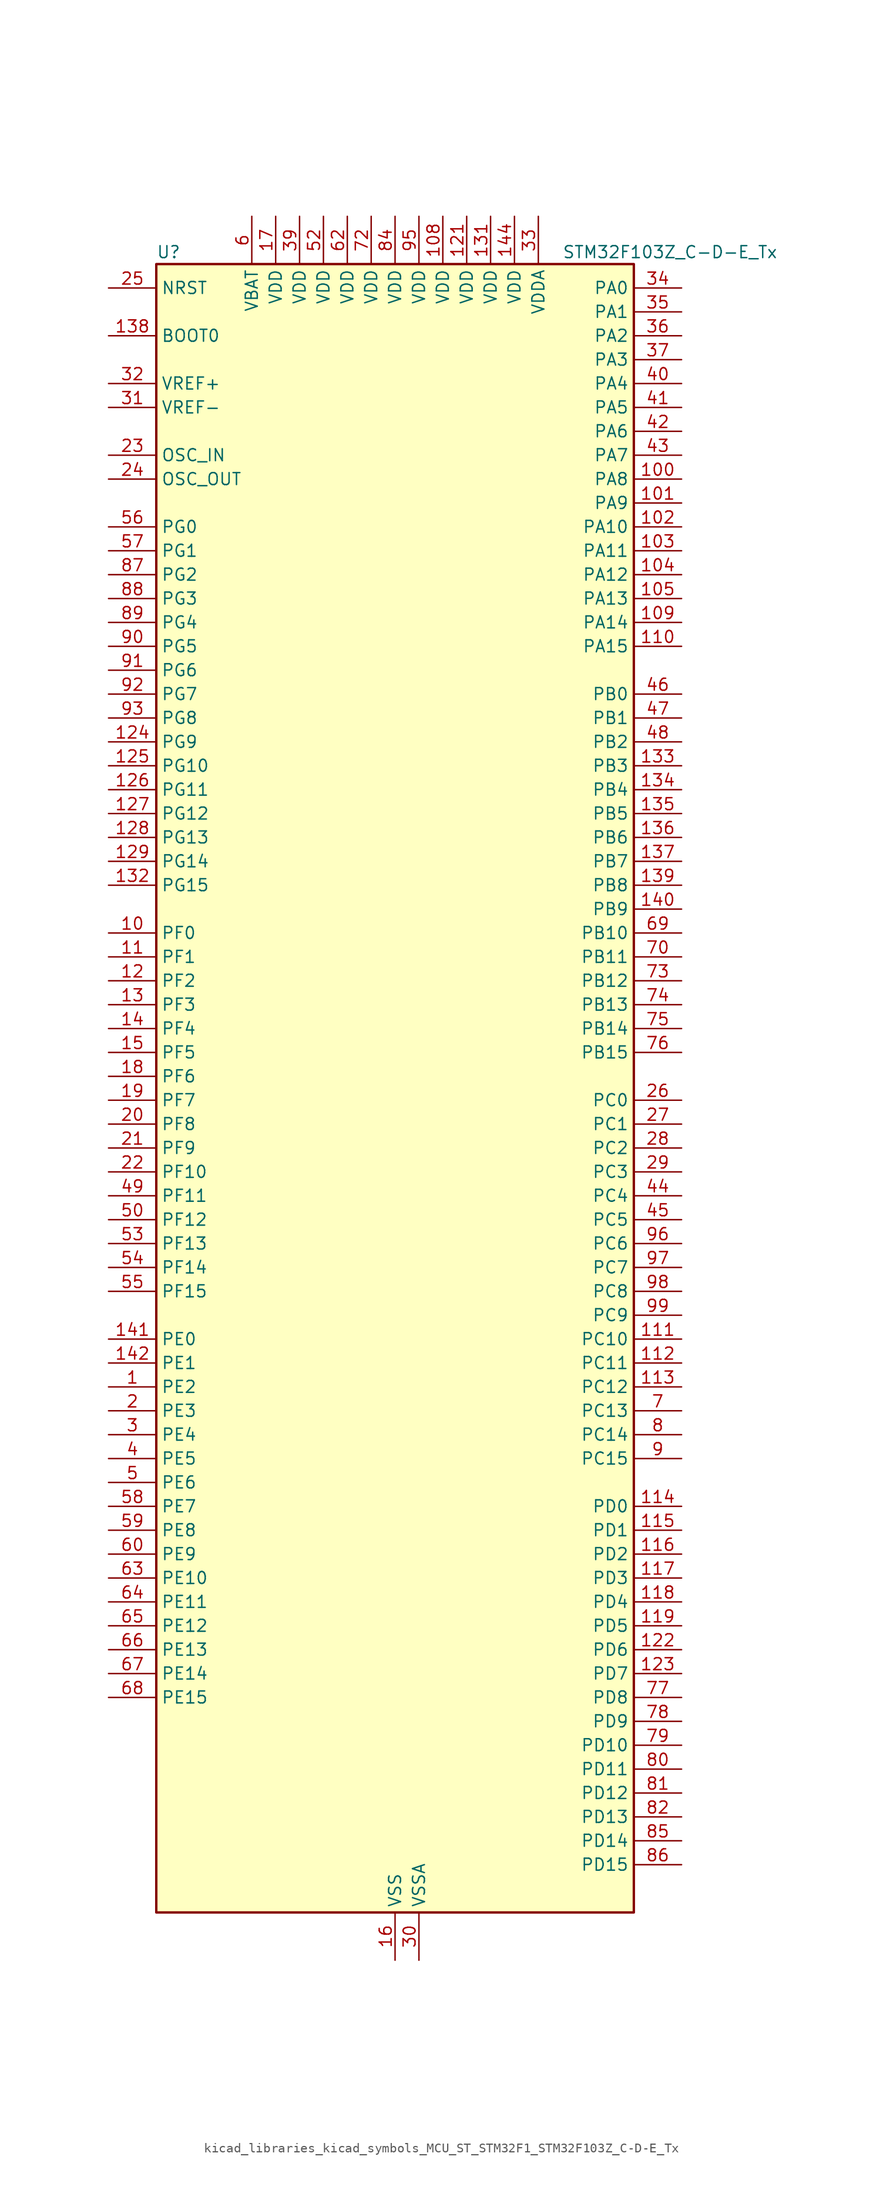
<source format=kicad_sym>
(kicad_symbol_lib
  (version 20220914)
  (generator kicad_symbol_editor)
  (symbol "kicad_libraries_kicad_symbols_MCU_ST_STM32F1_STM32F103Z_C-D-E_Tx"
    (property "Reference" "U"
      (at -25.4 90.17 0)
      (effects (font (size 1.27 1.27)) (justify left)))
    (property "Value" "STM32F103Z_C-D-E_Tx"
      (at 17.78 90.17 0)
      (effects (font (size 1.27 1.27)) (justify left)))
    (property "ki_locked" ""
      (at 0 0 0)
      (effects (font (size 1.27 1.27))))
    (symbol "kicad_libraries_kicad_symbols_MCU_ST_STM32F1_STM32F103Z_C-D-E_Tx_0_1"
      (rectangle (start -25.4 -86.36) (end 25.4 88.9) (stroke (width 0.254) (type default)) (fill (type background))))
    (symbol "kicad_libraries_kicad_symbols_MCU_ST_STM32F1_STM32F103Z_C-D-E_Tx_1_1"
      (pin bidirectional line (at -30.48 -30.48 0) (length 5.08) (name "PE2" (effects (font (size 1.27 1.27)))) (number "1" (effects (font (size 1.27 1.27)))) (alternate "FSMC_A23" bidirectional line) (alternate "SYS_TRACECLK" bidirectional line))
      (pin bidirectional line (at -30.48 17.78 0) (length 5.08) (name "PF0" (effects (font (size 1.27 1.27)))) (number "10" (effects (font (size 1.27 1.27)))) (alternate "FSMC_A0" bidirectional line))
      (pin bidirectional line (at 30.48 66.04 180) (length 5.08) (name "PA8" (effects (font (size 1.27 1.27)))) (number "100" (effects (font (size 1.27 1.27)))) (alternate "RCC_MCO" bidirectional line) (alternate "TIM1_CH1" bidirectional line) (alternate "USART1_CK" bidirectional line))
      (pin bidirectional line (at 30.48 63.5 180) (length 5.08) (name "PA9" (effects (font (size 1.27 1.27)))) (number "101" (effects (font (size 1.27 1.27)))) (alternate "DAC_EXTI9" bidirectional line) (alternate "TIM1_CH2" bidirectional line) (alternate "USART1_TX" bidirectional line))
      (pin bidirectional line (at 30.48 60.96 180) (length 5.08) (name "PA10" (effects (font (size 1.27 1.27)))) (number "102" (effects (font (size 1.27 1.27)))) (alternate "TIM1_CH3" bidirectional line) (alternate "USART1_RX" bidirectional line))
      (pin bidirectional line (at 30.48 58.42 180) (length 5.08) (name "PA11" (effects (font (size 1.27 1.27)))) (number "103" (effects (font (size 1.27 1.27)))) (alternate "ADC1_EXTI11" bidirectional line) (alternate "ADC2_EXTI11" bidirectional line) (alternate "CAN_RX" bidirectional line) (alternate "TIM1_CH4" bidirectional line) (alternate "USART1_CTS" bidirectional line) (alternate "USB_DM" bidirectional line))
      (pin bidirectional line (at 30.48 55.88 180) (length 5.08) (name "PA12" (effects (font (size 1.27 1.27)))) (number "104" (effects (font (size 1.27 1.27)))) (alternate "CAN_TX" bidirectional line) (alternate "TIM1_ETR" bidirectional line) (alternate "USART1_RTS" bidirectional line) (alternate "USB_DP" bidirectional line))
      (pin bidirectional line (at 30.48 53.34 180) (length 5.08) (name "PA13" (effects (font (size 1.27 1.27)))) (number "105" (effects (font (size 1.27 1.27)))) (alternate "SYS_JTMS-SWDIO" bidirectional line))
      (pin no_connect line (at -25.4 -86.36 0) (length 5.08) hide (name "NC" (effects (font (size 1.27 1.27)))) (number "106" (effects (font (size 1.27 1.27)))))
      (pin passive line (at 0 -91.44 90) (length 5.08) hide (name "VSS" (effects (font (size 1.27 1.27)))) (number "107" (effects (font (size 1.27 1.27)))))
      (pin power_in line (at 5.08 93.98 270) (length 5.08) (name "VDD" (effects (font (size 1.27 1.27)))) (number "108" (effects (font (size 1.27 1.27)))))
      (pin bidirectional line (at 30.48 50.8 180) (length 5.08) (name "PA14" (effects (font (size 1.27 1.27)))) (number "109" (effects (font (size 1.27 1.27)))) (alternate "SYS_JTCK-SWCLK" bidirectional line))
      (pin bidirectional line (at -30.48 15.24 0) (length 5.08) (name "PF1" (effects (font (size 1.27 1.27)))) (number "11" (effects (font (size 1.27 1.27)))) (alternate "FSMC_A1" bidirectional line))
      (pin bidirectional line (at 30.48 48.26 180) (length 5.08) (name "PA15" (effects (font (size 1.27 1.27)))) (number "110" (effects (font (size 1.27 1.27)))) (alternate "ADC1_EXTI15" bidirectional line) (alternate "ADC2_EXTI15" bidirectional line) (alternate "I2S3_WS" bidirectional line) (alternate "SPI1_NSS" bidirectional line) (alternate "SPI3_NSS" bidirectional line) (alternate "SYS_JTDI" bidirectional line) (alternate "TIM2_CH1" bidirectional line) (alternate "TIM2_ETR" bidirectional line))
      (pin bidirectional line (at 30.48 -25.4 180) (length 5.08) (name "PC10" (effects (font (size 1.27 1.27)))) (number "111" (effects (font (size 1.27 1.27)))) (alternate "SDIO_D2" bidirectional line) (alternate "UART4_TX" bidirectional line) (alternate "USART3_TX" bidirectional line))
      (pin bidirectional line (at 30.48 -27.94 180) (length 5.08) (name "PC11" (effects (font (size 1.27 1.27)))) (number "112" (effects (font (size 1.27 1.27)))) (alternate "ADC1_EXTI11" bidirectional line) (alternate "ADC2_EXTI11" bidirectional line) (alternate "SDIO_D3" bidirectional line) (alternate "UART4_RX" bidirectional line) (alternate "USART3_RX" bidirectional line))
      (pin bidirectional line (at 30.48 -30.48 180) (length 5.08) (name "PC12" (effects (font (size 1.27 1.27)))) (number "113" (effects (font (size 1.27 1.27)))) (alternate "SDIO_CK" bidirectional line) (alternate "UART5_TX" bidirectional line) (alternate "USART3_CK" bidirectional line))
      (pin bidirectional line (at 30.48 -43.18 180) (length 5.08) (name "PD0" (effects (font (size 1.27 1.27)))) (number "114" (effects (font (size 1.27 1.27)))) (alternate "CAN_RX" bidirectional line) (alternate "FSMC_D2" bidirectional line) (alternate "FSMC_DA2" bidirectional line))
      (pin bidirectional line (at 30.48 -45.72 180) (length 5.08) (name "PD1" (effects (font (size 1.27 1.27)))) (number "115" (effects (font (size 1.27 1.27)))) (alternate "CAN_TX" bidirectional line) (alternate "FSMC_D3" bidirectional line) (alternate "FSMC_DA3" bidirectional line))
      (pin bidirectional line (at 30.48 -48.26 180) (length 5.08) (name "PD2" (effects (font (size 1.27 1.27)))) (number "116" (effects (font (size 1.27 1.27)))) (alternate "SDIO_CMD" bidirectional line) (alternate "TIM3_ETR" bidirectional line) (alternate "UART5_RX" bidirectional line))
      (pin bidirectional line (at 30.48 -50.8 180) (length 5.08) (name "PD3" (effects (font (size 1.27 1.27)))) (number "117" (effects (font (size 1.27 1.27)))) (alternate "FSMC_CLK" bidirectional line) (alternate "USART2_CTS" bidirectional line))
      (pin bidirectional line (at 30.48 -53.34 180) (length 5.08) (name "PD4" (effects (font (size 1.27 1.27)))) (number "118" (effects (font (size 1.27 1.27)))) (alternate "FSMC_NOE" bidirectional line) (alternate "USART2_RTS" bidirectional line))
      (pin bidirectional line (at 30.48 -55.88 180) (length 5.08) (name "PD5" (effects (font (size 1.27 1.27)))) (number "119" (effects (font (size 1.27 1.27)))) (alternate "FSMC_NWE" bidirectional line) (alternate "USART2_TX" bidirectional line))
      (pin bidirectional line (at -30.48 12.7 0) (length 5.08) (name "PF2" (effects (font (size 1.27 1.27)))) (number "12" (effects (font (size 1.27 1.27)))) (alternate "FSMC_A2" bidirectional line))
      (pin passive line (at 0 -91.44 90) (length 5.08) hide (name "VSS" (effects (font (size 1.27 1.27)))) (number "120" (effects (font (size 1.27 1.27)))))
      (pin power_in line (at 7.62 93.98 270) (length 5.08) (name "VDD" (effects (font (size 1.27 1.27)))) (number "121" (effects (font (size 1.27 1.27)))))
      (pin bidirectional line (at 30.48 -58.42 180) (length 5.08) (name "PD6" (effects (font (size 1.27 1.27)))) (number "122" (effects (font (size 1.27 1.27)))) (alternate "FSMC_NWAIT" bidirectional line) (alternate "USART2_RX" bidirectional line))
      (pin bidirectional line (at 30.48 -60.96 180) (length 5.08) (name "PD7" (effects (font (size 1.27 1.27)))) (number "123" (effects (font (size 1.27 1.27)))) (alternate "FSMC_NCE2" bidirectional line) (alternate "FSMC_NE1" bidirectional line) (alternate "USART2_CK" bidirectional line))
      (pin bidirectional line (at -30.48 38.1 0) (length 5.08) (name "PG9" (effects (font (size 1.27 1.27)))) (number "124" (effects (font (size 1.27 1.27)))) (alternate "DAC_EXTI9" bidirectional line) (alternate "FSMC_NCE3" bidirectional line) (alternate "FSMC_NE2" bidirectional line))
      (pin bidirectional line (at -30.48 35.56 0) (length 5.08) (name "PG10" (effects (font (size 1.27 1.27)))) (number "125" (effects (font (size 1.27 1.27)))) (alternate "FSMC_NCE4_1" bidirectional line) (alternate "FSMC_NE3" bidirectional line))
      (pin bidirectional line (at -30.48 33.02 0) (length 5.08) (name "PG11" (effects (font (size 1.27 1.27)))) (number "126" (effects (font (size 1.27 1.27)))) (alternate "ADC1_EXTI11" bidirectional line) (alternate "ADC2_EXTI11" bidirectional line) (alternate "FSMC_NCE4_2" bidirectional line))
      (pin bidirectional line (at -30.48 30.48 0) (length 5.08) (name "PG12" (effects (font (size 1.27 1.27)))) (number "127" (effects (font (size 1.27 1.27)))) (alternate "FSMC_NE4" bidirectional line))
      (pin bidirectional line (at -30.48 27.94 0) (length 5.08) (name "PG13" (effects (font (size 1.27 1.27)))) (number "128" (effects (font (size 1.27 1.27)))) (alternate "FSMC_A24" bidirectional line))
      (pin bidirectional line (at -30.48 25.4 0) (length 5.08) (name "PG14" (effects (font (size 1.27 1.27)))) (number "129" (effects (font (size 1.27 1.27)))) (alternate "FSMC_A25" bidirectional line))
      (pin bidirectional line (at -30.48 10.16 0) (length 5.08) (name "PF3" (effects (font (size 1.27 1.27)))) (number "13" (effects (font (size 1.27 1.27)))) (alternate "FSMC_A3" bidirectional line))
      (pin passive line (at 0 -91.44 90) (length 5.08) hide (name "VSS" (effects (font (size 1.27 1.27)))) (number "130" (effects (font (size 1.27 1.27)))))
      (pin power_in line (at 10.16 93.98 270) (length 5.08) (name "VDD" (effects (font (size 1.27 1.27)))) (number "131" (effects (font (size 1.27 1.27)))))
      (pin bidirectional line (at -30.48 22.86 0) (length 5.08) (name "PG15" (effects (font (size 1.27 1.27)))) (number "132" (effects (font (size 1.27 1.27)))) (alternate "ADC1_EXTI15" bidirectional line) (alternate "ADC2_EXTI15" bidirectional line))
      (pin bidirectional line (at 30.48 35.56 180) (length 5.08) (name "PB3" (effects (font (size 1.27 1.27)))) (number "133" (effects (font (size 1.27 1.27)))) (alternate "I2S3_CK" bidirectional line) (alternate "SPI1_SCK" bidirectional line) (alternate "SPI3_SCK" bidirectional line) (alternate "SYS_JTDO-TRACESWO" bidirectional line) (alternate "TIM2_CH2" bidirectional line))
      (pin bidirectional line (at 30.48 33.02 180) (length 5.08) (name "PB4" (effects (font (size 1.27 1.27)))) (number "134" (effects (font (size 1.27 1.27)))) (alternate "SPI1_MISO" bidirectional line) (alternate "SPI3_MISO" bidirectional line) (alternate "SYS_NJTRST" bidirectional line) (alternate "TIM3_CH1" bidirectional line))
      (pin bidirectional line (at 30.48 30.48 180) (length 5.08) (name "PB5" (effects (font (size 1.27 1.27)))) (number "135" (effects (font (size 1.27 1.27)))) (alternate "I2C1_SMBA" bidirectional line) (alternate "I2S3_SD" bidirectional line) (alternate "SPI1_MOSI" bidirectional line) (alternate "SPI3_MOSI" bidirectional line) (alternate "TIM3_CH2" bidirectional line))
      (pin bidirectional line (at 30.48 27.94 180) (length 5.08) (name "PB6" (effects (font (size 1.27 1.27)))) (number "136" (effects (font (size 1.27 1.27)))) (alternate "I2C1_SCL" bidirectional line) (alternate "TIM4_CH1" bidirectional line) (alternate "USART1_TX" bidirectional line))
      (pin bidirectional line (at 30.48 25.4 180) (length 5.08) (name "PB7" (effects (font (size 1.27 1.27)))) (number "137" (effects (font (size 1.27 1.27)))) (alternate "FSMC_NL" bidirectional line) (alternate "I2C1_SDA" bidirectional line) (alternate "TIM4_CH2" bidirectional line) (alternate "USART1_RX" bidirectional line))
      (pin input line (at -30.48 81.28 0) (length 5.08) (name "BOOT0" (effects (font (size 1.27 1.27)))) (number "138" (effects (font (size 1.27 1.27)))))
      (pin bidirectional line (at 30.48 22.86 180) (length 5.08) (name "PB8" (effects (font (size 1.27 1.27)))) (number "139" (effects (font (size 1.27 1.27)))) (alternate "CAN_RX" bidirectional line) (alternate "I2C1_SCL" bidirectional line) (alternate "SDIO_D4" bidirectional line) (alternate "TIM4_CH3" bidirectional line))
      (pin bidirectional line (at -30.48 7.62 0) (length 5.08) (name "PF4" (effects (font (size 1.27 1.27)))) (number "14" (effects (font (size 1.27 1.27)))) (alternate "FSMC_A4" bidirectional line))
      (pin bidirectional line (at 30.48 20.32 180) (length 5.08) (name "PB9" (effects (font (size 1.27 1.27)))) (number "140" (effects (font (size 1.27 1.27)))) (alternate "CAN_TX" bidirectional line) (alternate "DAC_EXTI9" bidirectional line) (alternate "I2C1_SDA" bidirectional line) (alternate "SDIO_D5" bidirectional line) (alternate "TIM4_CH4" bidirectional line))
      (pin bidirectional line (at -30.48 -25.4 0) (length 5.08) (name "PE0" (effects (font (size 1.27 1.27)))) (number "141" (effects (font (size 1.27 1.27)))) (alternate "FSMC_NBL0" bidirectional line) (alternate "TIM4_ETR" bidirectional line))
      (pin bidirectional line (at -30.48 -27.94 0) (length 5.08) (name "PE1" (effects (font (size 1.27 1.27)))) (number "142" (effects (font (size 1.27 1.27)))) (alternate "FSMC_NBL1" bidirectional line))
      (pin passive line (at 0 -91.44 90) (length 5.08) hide (name "VSS" (effects (font (size 1.27 1.27)))) (number "143" (effects (font (size 1.27 1.27)))))
      (pin power_in line (at 12.7 93.98 270) (length 5.08) (name "VDD" (effects (font (size 1.27 1.27)))) (number "144" (effects (font (size 1.27 1.27)))))
      (pin bidirectional line (at -30.48 5.08 0) (length 5.08) (name "PF5" (effects (font (size 1.27 1.27)))) (number "15" (effects (font (size 1.27 1.27)))) (alternate "FSMC_A5" bidirectional line))
      (pin power_in line (at 0 -91.44 90) (length 5.08) (name "VSS" (effects (font (size 1.27 1.27)))) (number "16" (effects (font (size 1.27 1.27)))))
      (pin power_in line (at -12.7 93.98 270) (length 5.08) (name "VDD" (effects (font (size 1.27 1.27)))) (number "17" (effects (font (size 1.27 1.27)))))
      (pin bidirectional line (at -30.48 2.54 0) (length 5.08) (name "PF6" (effects (font (size 1.27 1.27)))) (number "18" (effects (font (size 1.27 1.27)))) (alternate "ADC3_IN4" bidirectional line) (alternate "FSMC_NIORD" bidirectional line))
      (pin bidirectional line (at -30.48 0 0) (length 5.08) (name "PF7" (effects (font (size 1.27 1.27)))) (number "19" (effects (font (size 1.27 1.27)))) (alternate "ADC3_IN5" bidirectional line) (alternate "FSMC_NREG" bidirectional line))
      (pin bidirectional line (at -30.48 -33.02 0) (length 5.08) (name "PE3" (effects (font (size 1.27 1.27)))) (number "2" (effects (font (size 1.27 1.27)))) (alternate "FSMC_A19" bidirectional line) (alternate "SYS_TRACED0" bidirectional line))
      (pin bidirectional line (at -30.48 -2.54 0) (length 5.08) (name "PF8" (effects (font (size 1.27 1.27)))) (number "20" (effects (font (size 1.27 1.27)))) (alternate "ADC3_IN6" bidirectional line) (alternate "FSMC_NIOWR" bidirectional line))
      (pin bidirectional line (at -30.48 -5.08 0) (length 5.08) (name "PF9" (effects (font (size 1.27 1.27)))) (number "21" (effects (font (size 1.27 1.27)))) (alternate "ADC3_IN7" bidirectional line) (alternate "DAC_EXTI9" bidirectional line) (alternate "FSMC_CD" bidirectional line))
      (pin bidirectional line (at -30.48 -7.62 0) (length 5.08) (name "PF10" (effects (font (size 1.27 1.27)))) (number "22" (effects (font (size 1.27 1.27)))) (alternate "ADC3_IN8" bidirectional line) (alternate "FSMC_INTR" bidirectional line))
      (pin input line (at -30.48 68.58 0) (length 5.08) (name "OSC_IN" (effects (font (size 1.27 1.27)))) (number "23" (effects (font (size 1.27 1.27)))) (alternate "RCC_OSC_IN" bidirectional line))
      (pin input line (at -30.48 66.04 0) (length 5.08) (name "OSC_OUT" (effects (font (size 1.27 1.27)))) (number "24" (effects (font (size 1.27 1.27)))) (alternate "RCC_OSC_OUT" bidirectional line))
      (pin input line (at -30.48 86.36 0) (length 5.08) (name "NRST" (effects (font (size 1.27 1.27)))) (number "25" (effects (font (size 1.27 1.27)))))
      (pin bidirectional line (at 30.48 0 180) (length 5.08) (name "PC0" (effects (font (size 1.27 1.27)))) (number "26" (effects (font (size 1.27 1.27)))) (alternate "ADC1_IN10" bidirectional line) (alternate "ADC2_IN10" bidirectional line) (alternate "ADC3_IN10" bidirectional line))
      (pin bidirectional line (at 30.48 -2.54 180) (length 5.08) (name "PC1" (effects (font (size 1.27 1.27)))) (number "27" (effects (font (size 1.27 1.27)))) (alternate "ADC1_IN11" bidirectional line) (alternate "ADC2_IN11" bidirectional line) (alternate "ADC3_IN11" bidirectional line))
      (pin bidirectional line (at 30.48 -5.08 180) (length 5.08) (name "PC2" (effects (font (size 1.27 1.27)))) (number "28" (effects (font (size 1.27 1.27)))) (alternate "ADC1_IN12" bidirectional line) (alternate "ADC2_IN12" bidirectional line) (alternate "ADC3_IN12" bidirectional line))
      (pin bidirectional line (at 30.48 -7.62 180) (length 5.08) (name "PC3" (effects (font (size 1.27 1.27)))) (number "29" (effects (font (size 1.27 1.27)))) (alternate "ADC1_IN13" bidirectional line) (alternate "ADC2_IN13" bidirectional line) (alternate "ADC3_IN13" bidirectional line))
      (pin bidirectional line (at -30.48 -35.56 0) (length 5.08) (name "PE4" (effects (font (size 1.27 1.27)))) (number "3" (effects (font (size 1.27 1.27)))) (alternate "FSMC_A20" bidirectional line) (alternate "SYS_TRACED1" bidirectional line))
      (pin power_in line (at 2.54 -91.44 90) (length 5.08) (name "VSSA" (effects (font (size 1.27 1.27)))) (number "30" (effects (font (size 1.27 1.27)))))
      (pin input line (at -30.48 73.66 0) (length 5.08) (name "VREF-" (effects (font (size 1.27 1.27)))) (number "31" (effects (font (size 1.27 1.27)))))
      (pin input line (at -30.48 76.2 0) (length 5.08) (name "VREF+" (effects (font (size 1.27 1.27)))) (number "32" (effects (font (size 1.27 1.27)))))
      (pin power_in line (at 15.24 93.98 270) (length 5.08) (name "VDDA" (effects (font (size 1.27 1.27)))) (number "33" (effects (font (size 1.27 1.27)))))
      (pin bidirectional line (at 30.48 86.36 180) (length 5.08) (name "PA0" (effects (font (size 1.27 1.27)))) (number "34" (effects (font (size 1.27 1.27)))) (alternate "ADC1_IN0" bidirectional line) (alternate "ADC2_IN0" bidirectional line) (alternate "ADC3_IN0" bidirectional line) (alternate "SYS_WKUP" bidirectional line) (alternate "TIM2_CH1" bidirectional line) (alternate "TIM2_ETR" bidirectional line) (alternate "TIM5_CH1" bidirectional line) (alternate "TIM8_ETR" bidirectional line) (alternate "USART2_CTS" bidirectional line))
      (pin bidirectional line (at 30.48 83.82 180) (length 5.08) (name "PA1" (effects (font (size 1.27 1.27)))) (number "35" (effects (font (size 1.27 1.27)))) (alternate "ADC1_IN1" bidirectional line) (alternate "ADC2_IN1" bidirectional line) (alternate "ADC3_IN1" bidirectional line) (alternate "TIM2_CH2" bidirectional line) (alternate "TIM5_CH2" bidirectional line) (alternate "USART2_RTS" bidirectional line))
      (pin bidirectional line (at 30.48 81.28 180) (length 5.08) (name "PA2" (effects (font (size 1.27 1.27)))) (number "36" (effects (font (size 1.27 1.27)))) (alternate "ADC1_IN2" bidirectional line) (alternate "ADC2_IN2" bidirectional line) (alternate "ADC3_IN2" bidirectional line) (alternate "TIM2_CH3" bidirectional line) (alternate "TIM5_CH3" bidirectional line) (alternate "USART2_TX" bidirectional line))
      (pin bidirectional line (at 30.48 78.74 180) (length 5.08) (name "PA3" (effects (font (size 1.27 1.27)))) (number "37" (effects (font (size 1.27 1.27)))) (alternate "ADC1_IN3" bidirectional line) (alternate "ADC2_IN3" bidirectional line) (alternate "ADC3_IN3" bidirectional line) (alternate "TIM2_CH4" bidirectional line) (alternate "TIM5_CH4" bidirectional line) (alternate "USART2_RX" bidirectional line))
      (pin passive line (at 0 -91.44 90) (length 5.08) hide (name "VSS" (effects (font (size 1.27 1.27)))) (number "38" (effects (font (size 1.27 1.27)))))
      (pin power_in line (at -10.16 93.98 270) (length 5.08) (name "VDD" (effects (font (size 1.27 1.27)))) (number "39" (effects (font (size 1.27 1.27)))))
      (pin bidirectional line (at -30.48 -38.1 0) (length 5.08) (name "PE5" (effects (font (size 1.27 1.27)))) (number "4" (effects (font (size 1.27 1.27)))) (alternate "FSMC_A21" bidirectional line) (alternate "SYS_TRACED2" bidirectional line))
      (pin bidirectional line (at 30.48 76.2 180) (length 5.08) (name "PA4" (effects (font (size 1.27 1.27)))) (number "40" (effects (font (size 1.27 1.27)))) (alternate "ADC1_IN4" bidirectional line) (alternate "ADC2_IN4" bidirectional line) (alternate "DAC_OUT1" bidirectional line) (alternate "SPI1_NSS" bidirectional line) (alternate "USART2_CK" bidirectional line))
      (pin bidirectional line (at 30.48 73.66 180) (length 5.08) (name "PA5" (effects (font (size 1.27 1.27)))) (number "41" (effects (font (size 1.27 1.27)))) (alternate "ADC1_IN5" bidirectional line) (alternate "ADC2_IN5" bidirectional line) (alternate "DAC_OUT2" bidirectional line) (alternate "SPI1_SCK" bidirectional line))
      (pin bidirectional line (at 30.48 71.12 180) (length 5.08) (name "PA6" (effects (font (size 1.27 1.27)))) (number "42" (effects (font (size 1.27 1.27)))) (alternate "ADC1_IN6" bidirectional line) (alternate "ADC2_IN6" bidirectional line) (alternate "SPI1_MISO" bidirectional line) (alternate "TIM1_BKIN" bidirectional line) (alternate "TIM3_CH1" bidirectional line) (alternate "TIM8_BKIN" bidirectional line))
      (pin bidirectional line (at 30.48 68.58 180) (length 5.08) (name "PA7" (effects (font (size 1.27 1.27)))) (number "43" (effects (font (size 1.27 1.27)))) (alternate "ADC1_IN7" bidirectional line) (alternate "ADC2_IN7" bidirectional line) (alternate "SPI1_MOSI" bidirectional line) (alternate "TIM1_CH1N" bidirectional line) (alternate "TIM3_CH2" bidirectional line) (alternate "TIM8_CH1N" bidirectional line))
      (pin bidirectional line (at 30.48 -10.16 180) (length 5.08) (name "PC4" (effects (font (size 1.27 1.27)))) (number "44" (effects (font (size 1.27 1.27)))) (alternate "ADC1_IN14" bidirectional line) (alternate "ADC2_IN14" bidirectional line))
      (pin bidirectional line (at 30.48 -12.7 180) (length 5.08) (name "PC5" (effects (font (size 1.27 1.27)))) (number "45" (effects (font (size 1.27 1.27)))) (alternate "ADC1_IN15" bidirectional line) (alternate "ADC2_IN15" bidirectional line))
      (pin bidirectional line (at 30.48 43.18 180) (length 5.08) (name "PB0" (effects (font (size 1.27 1.27)))) (number "46" (effects (font (size 1.27 1.27)))) (alternate "ADC1_IN8" bidirectional line) (alternate "ADC2_IN8" bidirectional line) (alternate "TIM1_CH2N" bidirectional line) (alternate "TIM3_CH3" bidirectional line) (alternate "TIM8_CH2N" bidirectional line))
      (pin bidirectional line (at 30.48 40.64 180) (length 5.08) (name "PB1" (effects (font (size 1.27 1.27)))) (number "47" (effects (font (size 1.27 1.27)))) (alternate "ADC1_IN9" bidirectional line) (alternate "ADC2_IN9" bidirectional line) (alternate "TIM1_CH3N" bidirectional line) (alternate "TIM3_CH4" bidirectional line) (alternate "TIM8_CH3N" bidirectional line))
      (pin bidirectional line (at 30.48 38.1 180) (length 5.08) (name "PB2" (effects (font (size 1.27 1.27)))) (number "48" (effects (font (size 1.27 1.27)))))
      (pin bidirectional line (at -30.48 -10.16 0) (length 5.08) (name "PF11" (effects (font (size 1.27 1.27)))) (number "49" (effects (font (size 1.27 1.27)))) (alternate "ADC1_EXTI11" bidirectional line) (alternate "ADC2_EXTI11" bidirectional line) (alternate "FSMC_NIOS16" bidirectional line))
      (pin bidirectional line (at -30.48 -40.64 0) (length 5.08) (name "PE6" (effects (font (size 1.27 1.27)))) (number "5" (effects (font (size 1.27 1.27)))) (alternate "FSMC_A22" bidirectional line) (alternate "SYS_TRACED3" bidirectional line))
      (pin bidirectional line (at -30.48 -12.7 0) (length 5.08) (name "PF12" (effects (font (size 1.27 1.27)))) (number "50" (effects (font (size 1.27 1.27)))) (alternate "FSMC_A6" bidirectional line))
      (pin passive line (at 0 -91.44 90) (length 5.08) hide (name "VSS" (effects (font (size 1.27 1.27)))) (number "51" (effects (font (size 1.27 1.27)))))
      (pin power_in line (at -7.62 93.98 270) (length 5.08) (name "VDD" (effects (font (size 1.27 1.27)))) (number "52" (effects (font (size 1.27 1.27)))))
      (pin bidirectional line (at -30.48 -15.24 0) (length 5.08) (name "PF13" (effects (font (size 1.27 1.27)))) (number "53" (effects (font (size 1.27 1.27)))) (alternate "FSMC_A7" bidirectional line))
      (pin bidirectional line (at -30.48 -17.78 0) (length 5.08) (name "PF14" (effects (font (size 1.27 1.27)))) (number "54" (effects (font (size 1.27 1.27)))) (alternate "FSMC_A8" bidirectional line))
      (pin bidirectional line (at -30.48 -20.32 0) (length 5.08) (name "PF15" (effects (font (size 1.27 1.27)))) (number "55" (effects (font (size 1.27 1.27)))) (alternate "ADC1_EXTI15" bidirectional line) (alternate "ADC2_EXTI15" bidirectional line) (alternate "FSMC_A9" bidirectional line))
      (pin bidirectional line (at -30.48 60.96 0) (length 5.08) (name "PG0" (effects (font (size 1.27 1.27)))) (number "56" (effects (font (size 1.27 1.27)))) (alternate "FSMC_A10" bidirectional line))
      (pin bidirectional line (at -30.48 58.42 0) (length 5.08) (name "PG1" (effects (font (size 1.27 1.27)))) (number "57" (effects (font (size 1.27 1.27)))) (alternate "FSMC_A11" bidirectional line))
      (pin bidirectional line (at -30.48 -43.18 0) (length 5.08) (name "PE7" (effects (font (size 1.27 1.27)))) (number "58" (effects (font (size 1.27 1.27)))) (alternate "FSMC_D4" bidirectional line) (alternate "FSMC_DA4" bidirectional line) (alternate "TIM1_ETR" bidirectional line))
      (pin bidirectional line (at -30.48 -45.72 0) (length 5.08) (name "PE8" (effects (font (size 1.27 1.27)))) (number "59" (effects (font (size 1.27 1.27)))) (alternate "FSMC_D5" bidirectional line) (alternate "FSMC_DA5" bidirectional line) (alternate "TIM1_CH1N" bidirectional line))
      (pin power_in line (at -15.24 93.98 270) (length 5.08) (name "VBAT" (effects (font (size 1.27 1.27)))) (number "6" (effects (font (size 1.27 1.27)))))
      (pin bidirectional line (at -30.48 -48.26 0) (length 5.08) (name "PE9" (effects (font (size 1.27 1.27)))) (number "60" (effects (font (size 1.27 1.27)))) (alternate "DAC_EXTI9" bidirectional line) (alternate "FSMC_D6" bidirectional line) (alternate "FSMC_DA6" bidirectional line) (alternate "TIM1_CH1" bidirectional line))
      (pin passive line (at 0 -91.44 90) (length 5.08) hide (name "VSS" (effects (font (size 1.27 1.27)))) (number "61" (effects (font (size 1.27 1.27)))))
      (pin power_in line (at -5.08 93.98 270) (length 5.08) (name "VDD" (effects (font (size 1.27 1.27)))) (number "62" (effects (font (size 1.27 1.27)))))
      (pin bidirectional line (at -30.48 -50.8 0) (length 5.08) (name "PE10" (effects (font (size 1.27 1.27)))) (number "63" (effects (font (size 1.27 1.27)))) (alternate "FSMC_D7" bidirectional line) (alternate "FSMC_DA7" bidirectional line) (alternate "TIM1_CH2N" bidirectional line))
      (pin bidirectional line (at -30.48 -53.34 0) (length 5.08) (name "PE11" (effects (font (size 1.27 1.27)))) (number "64" (effects (font (size 1.27 1.27)))) (alternate "ADC1_EXTI11" bidirectional line) (alternate "ADC2_EXTI11" bidirectional line) (alternate "FSMC_D8" bidirectional line) (alternate "FSMC_DA8" bidirectional line) (alternate "TIM1_CH2" bidirectional line))
      (pin bidirectional line (at -30.48 -55.88 0) (length 5.08) (name "PE12" (effects (font (size 1.27 1.27)))) (number "65" (effects (font (size 1.27 1.27)))) (alternate "FSMC_D9" bidirectional line) (alternate "FSMC_DA9" bidirectional line) (alternate "TIM1_CH3N" bidirectional line))
      (pin bidirectional line (at -30.48 -58.42 0) (length 5.08) (name "PE13" (effects (font (size 1.27 1.27)))) (number "66" (effects (font (size 1.27 1.27)))) (alternate "FSMC_D10" bidirectional line) (alternate "FSMC_DA10" bidirectional line) (alternate "TIM1_CH3" bidirectional line))
      (pin bidirectional line (at -30.48 -60.96 0) (length 5.08) (name "PE14" (effects (font (size 1.27 1.27)))) (number "67" (effects (font (size 1.27 1.27)))) (alternate "FSMC_D11" bidirectional line) (alternate "FSMC_DA11" bidirectional line) (alternate "TIM1_CH4" bidirectional line))
      (pin bidirectional line (at -30.48 -63.5 0) (length 5.08) (name "PE15" (effects (font (size 1.27 1.27)))) (number "68" (effects (font (size 1.27 1.27)))) (alternate "ADC1_EXTI15" bidirectional line) (alternate "ADC2_EXTI15" bidirectional line) (alternate "FSMC_D12" bidirectional line) (alternate "FSMC_DA12" bidirectional line) (alternate "TIM1_BKIN" bidirectional line))
      (pin bidirectional line (at 30.48 17.78 180) (length 5.08) (name "PB10" (effects (font (size 1.27 1.27)))) (number "69" (effects (font (size 1.27 1.27)))) (alternate "I2C2_SCL" bidirectional line) (alternate "TIM2_CH3" bidirectional line) (alternate "USART3_TX" bidirectional line))
      (pin bidirectional line (at 30.48 -33.02 180) (length 5.08) (name "PC13" (effects (font (size 1.27 1.27)))) (number "7" (effects (font (size 1.27 1.27)))) (alternate "RTC_OUT" bidirectional line) (alternate "RTC_TAMPER" bidirectional line))
      (pin bidirectional line (at 30.48 15.24 180) (length 5.08) (name "PB11" (effects (font (size 1.27 1.27)))) (number "70" (effects (font (size 1.27 1.27)))) (alternate "ADC1_EXTI11" bidirectional line) (alternate "ADC2_EXTI11" bidirectional line) (alternate "I2C2_SDA" bidirectional line) (alternate "TIM2_CH4" bidirectional line) (alternate "USART3_RX" bidirectional line))
      (pin passive line (at 0 -91.44 90) (length 5.08) hide (name "VSS" (effects (font (size 1.27 1.27)))) (number "71" (effects (font (size 1.27 1.27)))))
      (pin power_in line (at -2.54 93.98 270) (length 5.08) (name "VDD" (effects (font (size 1.27 1.27)))) (number "72" (effects (font (size 1.27 1.27)))))
      (pin bidirectional line (at 30.48 12.7 180) (length 5.08) (name "PB12" (effects (font (size 1.27 1.27)))) (number "73" (effects (font (size 1.27 1.27)))) (alternate "I2C2_SMBA" bidirectional line) (alternate "I2S2_WS" bidirectional line) (alternate "SPI2_NSS" bidirectional line) (alternate "TIM1_BKIN" bidirectional line) (alternate "USART3_CK" bidirectional line))
      (pin bidirectional line (at 30.48 10.16 180) (length 5.08) (name "PB13" (effects (font (size 1.27 1.27)))) (number "74" (effects (font (size 1.27 1.27)))) (alternate "I2S2_CK" bidirectional line) (alternate "SPI2_SCK" bidirectional line) (alternate "TIM1_CH1N" bidirectional line) (alternate "USART3_CTS" bidirectional line))
      (pin bidirectional line (at 30.48 7.62 180) (length 5.08) (name "PB14" (effects (font (size 1.27 1.27)))) (number "75" (effects (font (size 1.27 1.27)))) (alternate "SPI2_MISO" bidirectional line) (alternate "TIM1_CH2N" bidirectional line) (alternate "USART3_RTS" bidirectional line))
      (pin bidirectional line (at 30.48 5.08 180) (length 5.08) (name "PB15" (effects (font (size 1.27 1.27)))) (number "76" (effects (font (size 1.27 1.27)))) (alternate "ADC1_EXTI15" bidirectional line) (alternate "ADC2_EXTI15" bidirectional line) (alternate "I2S2_SD" bidirectional line) (alternate "SPI2_MOSI" bidirectional line) (alternate "TIM1_CH3N" bidirectional line))
      (pin bidirectional line (at 30.48 -63.5 180) (length 5.08) (name "PD8" (effects (font (size 1.27 1.27)))) (number "77" (effects (font (size 1.27 1.27)))) (alternate "FSMC_D13" bidirectional line) (alternate "FSMC_DA13" bidirectional line) (alternate "USART3_TX" bidirectional line))
      (pin bidirectional line (at 30.48 -66.04 180) (length 5.08) (name "PD9" (effects (font (size 1.27 1.27)))) (number "78" (effects (font (size 1.27 1.27)))) (alternate "DAC_EXTI9" bidirectional line) (alternate "FSMC_D14" bidirectional line) (alternate "FSMC_DA14" bidirectional line) (alternate "USART3_RX" bidirectional line))
      (pin bidirectional line (at 30.48 -68.58 180) (length 5.08) (name "PD10" (effects (font (size 1.27 1.27)))) (number "79" (effects (font (size 1.27 1.27)))) (alternate "FSMC_D15" bidirectional line) (alternate "FSMC_DA15" bidirectional line) (alternate "USART3_CK" bidirectional line))
      (pin bidirectional line (at 30.48 -35.56 180) (length 5.08) (name "PC14" (effects (font (size 1.27 1.27)))) (number "8" (effects (font (size 1.27 1.27)))) (alternate "RCC_OSC32_IN" bidirectional line))
      (pin bidirectional line (at 30.48 -71.12 180) (length 5.08) (name "PD11" (effects (font (size 1.27 1.27)))) (number "80" (effects (font (size 1.27 1.27)))) (alternate "ADC1_EXTI11" bidirectional line) (alternate "ADC2_EXTI11" bidirectional line) (alternate "FSMC_A16" bidirectional line) (alternate "FSMC_CLE" bidirectional line) (alternate "USART3_CTS" bidirectional line))
      (pin bidirectional line (at 30.48 -73.66 180) (length 5.08) (name "PD12" (effects (font (size 1.27 1.27)))) (number "81" (effects (font (size 1.27 1.27)))) (alternate "FSMC_A17" bidirectional line) (alternate "FSMC_ALE" bidirectional line) (alternate "TIM4_CH1" bidirectional line) (alternate "USART3_RTS" bidirectional line))
      (pin bidirectional line (at 30.48 -76.2 180) (length 5.08) (name "PD13" (effects (font (size 1.27 1.27)))) (number "82" (effects (font (size 1.27 1.27)))) (alternate "FSMC_A18" bidirectional line) (alternate "TIM4_CH2" bidirectional line))
      (pin passive line (at 0 -91.44 90) (length 5.08) hide (name "VSS" (effects (font (size 1.27 1.27)))) (number "83" (effects (font (size 1.27 1.27)))))
      (pin power_in line (at 0 93.98 270) (length 5.08) (name "VDD" (effects (font (size 1.27 1.27)))) (number "84" (effects (font (size 1.27 1.27)))))
      (pin bidirectional line (at 30.48 -78.74 180) (length 5.08) (name "PD14" (effects (font (size 1.27 1.27)))) (number "85" (effects (font (size 1.27 1.27)))) (alternate "FSMC_D0" bidirectional line) (alternate "FSMC_DA0" bidirectional line) (alternate "TIM4_CH3" bidirectional line))
      (pin bidirectional line (at 30.48 -81.28 180) (length 5.08) (name "PD15" (effects (font (size 1.27 1.27)))) (number "86" (effects (font (size 1.27 1.27)))) (alternate "ADC1_EXTI15" bidirectional line) (alternate "ADC2_EXTI15" bidirectional line) (alternate "FSMC_D1" bidirectional line) (alternate "FSMC_DA1" bidirectional line) (alternate "TIM4_CH4" bidirectional line))
      (pin bidirectional line (at -30.48 55.88 0) (length 5.08) (name "PG2" (effects (font (size 1.27 1.27)))) (number "87" (effects (font (size 1.27 1.27)))) (alternate "FSMC_A12" bidirectional line))
      (pin bidirectional line (at -30.48 53.34 0) (length 5.08) (name "PG3" (effects (font (size 1.27 1.27)))) (number "88" (effects (font (size 1.27 1.27)))) (alternate "FSMC_A13" bidirectional line))
      (pin bidirectional line (at -30.48 50.8 0) (length 5.08) (name "PG4" (effects (font (size 1.27 1.27)))) (number "89" (effects (font (size 1.27 1.27)))) (alternate "FSMC_A14" bidirectional line))
      (pin bidirectional line (at 30.48 -38.1 180) (length 5.08) (name "PC15" (effects (font (size 1.27 1.27)))) (number "9" (effects (font (size 1.27 1.27)))) (alternate "ADC1_EXTI15" bidirectional line) (alternate "ADC2_EXTI15" bidirectional line) (alternate "RCC_OSC32_OUT" bidirectional line))
      (pin bidirectional line (at -30.48 48.26 0) (length 5.08) (name "PG5" (effects (font (size 1.27 1.27)))) (number "90" (effects (font (size 1.27 1.27)))) (alternate "FSMC_A15" bidirectional line))
      (pin bidirectional line (at -30.48 45.72 0) (length 5.08) (name "PG6" (effects (font (size 1.27 1.27)))) (number "91" (effects (font (size 1.27 1.27)))) (alternate "FSMC_INT2" bidirectional line))
      (pin bidirectional line (at -30.48 43.18 0) (length 5.08) (name "PG7" (effects (font (size 1.27 1.27)))) (number "92" (effects (font (size 1.27 1.27)))) (alternate "FSMC_INT3" bidirectional line))
      (pin bidirectional line (at -30.48 40.64 0) (length 5.08) (name "PG8" (effects (font (size 1.27 1.27)))) (number "93" (effects (font (size 1.27 1.27)))))
      (pin passive line (at 0 -91.44 90) (length 5.08) hide (name "VSS" (effects (font (size 1.27 1.27)))) (number "94" (effects (font (size 1.27 1.27)))))
      (pin power_in line (at 2.54 93.98 270) (length 5.08) (name "VDD" (effects (font (size 1.27 1.27)))) (number "95" (effects (font (size 1.27 1.27)))))
      (pin bidirectional line (at 30.48 -15.24 180) (length 5.08) (name "PC6" (effects (font (size 1.27 1.27)))) (number "96" (effects (font (size 1.27 1.27)))) (alternate "I2S2_MCK" bidirectional line) (alternate "SDIO_D6" bidirectional line) (alternate "TIM3_CH1" bidirectional line) (alternate "TIM8_CH1" bidirectional line))
      (pin bidirectional line (at 30.48 -17.78 180) (length 5.08) (name "PC7" (effects (font (size 1.27 1.27)))) (number "97" (effects (font (size 1.27 1.27)))) (alternate "I2S3_MCK" bidirectional line) (alternate "SDIO_D7" bidirectional line) (alternate "TIM3_CH2" bidirectional line) (alternate "TIM8_CH2" bidirectional line))
      (pin bidirectional line (at 30.48 -20.32 180) (length 5.08) (name "PC8" (effects (font (size 1.27 1.27)))) (number "98" (effects (font (size 1.27 1.27)))) (alternate "SDIO_D0" bidirectional line) (alternate "TIM3_CH3" bidirectional line) (alternate "TIM8_CH3" bidirectional line))
      (pin bidirectional line (at 30.48 -22.86 180) (length 5.08) (name "PC9" (effects (font (size 1.27 1.27)))) (number "99" (effects (font (size 1.27 1.27)))) (alternate "DAC_EXTI9" bidirectional line) (alternate "SDIO_D1" bidirectional line) (alternate "TIM3_CH4" bidirectional line) (alternate "TIM8_CH4" bidirectional line)))))
</source>
